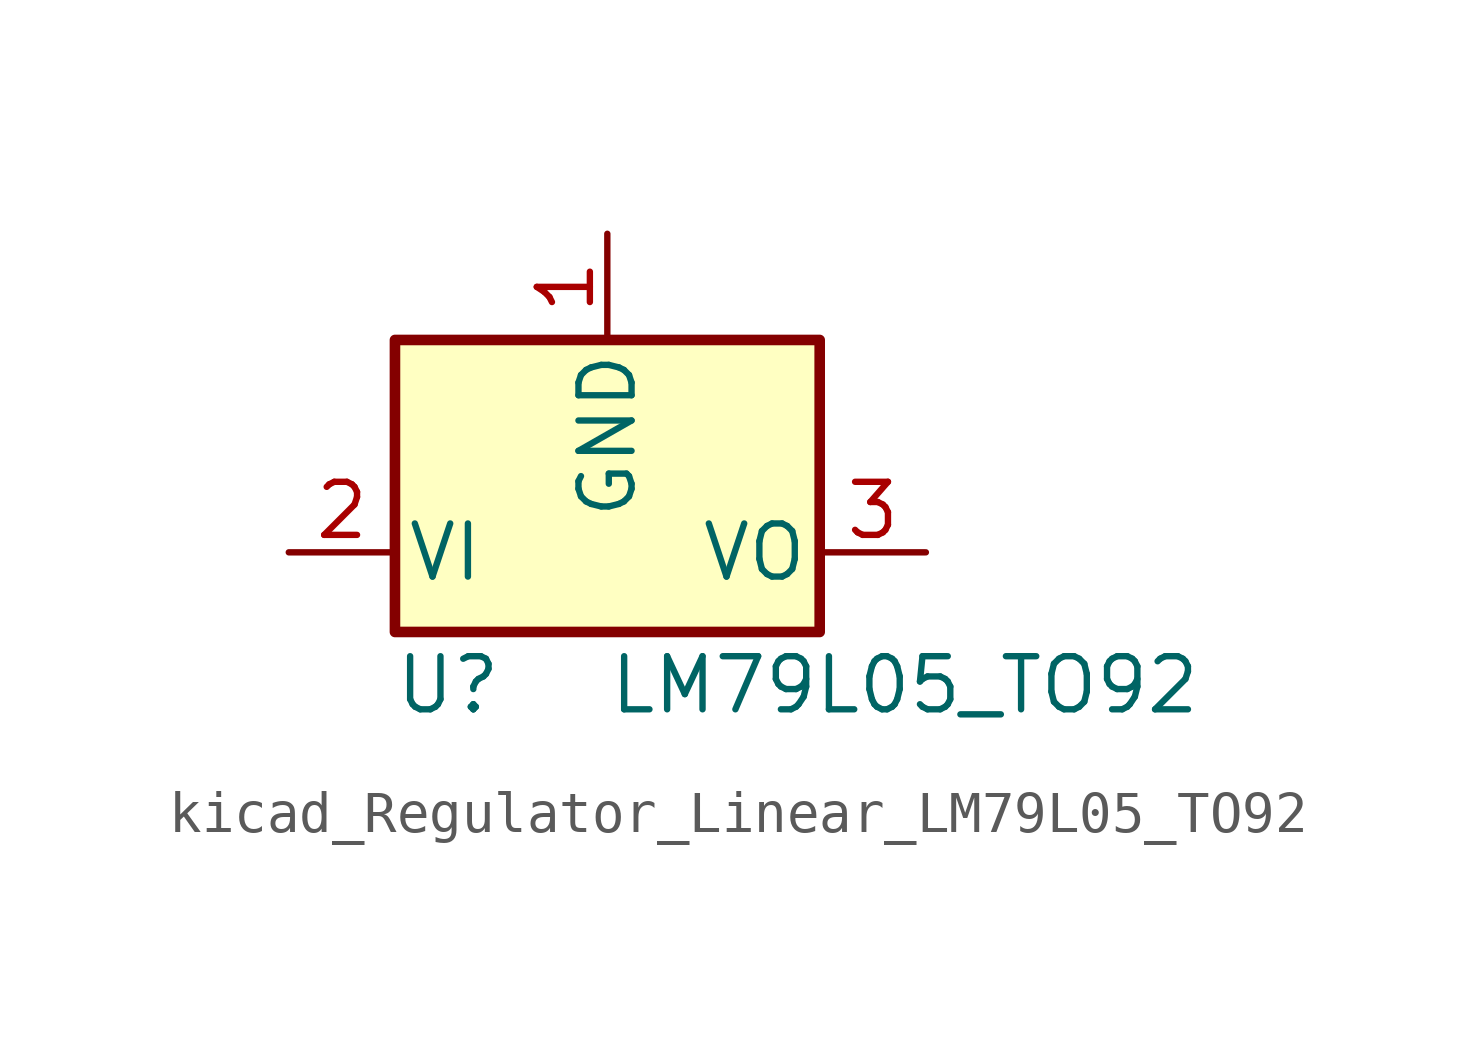
<source format=kicad_sym>
(kicad_symbol_lib
  (version 20220914)
  (generator kicad_symbol_editor)
  (symbol "kicad_Regulator_Linear_LM79L05_TO92"
    (pin_names
      (offset 0.254))
    (property "Reference" "U"
      (at -3.81 -3.175 0)
      (effects (font (size 1.27 1.27))))
    (property "Value" "LM79L05_TO92"
      (at 0 -3.175 0)
      (effects (font (size 1.27 1.27)) (justify left)))
    (symbol "kicad_Regulator_Linear_LM79L05_TO92_0_1"
      (rectangle (start -5.08 5.08) (end 5.08 -1.905) (stroke (width 0.254) (type default)) (fill (type background))))
    (symbol "kicad_Regulator_Linear_LM79L05_TO92_1_1"
      (pin power_in line (at 0 7.62 270) (length 2.54) (name "GND" (effects (font (size 1.27 1.27)))) (number "1" (effects (font (size 1.27 1.27)))))
      (pin power_in line (at -7.62 0 0) (length 2.54) (name "VI" (effects (font (size 1.27 1.27)))) (number "2" (effects (font (size 1.27 1.27)))))
      (pin power_out line (at 7.62 0 180) (length 2.54) (name "VO" (effects (font (size 1.27 1.27)))) (number "3" (effects (font (size 1.27 1.27))))))))
</source>
